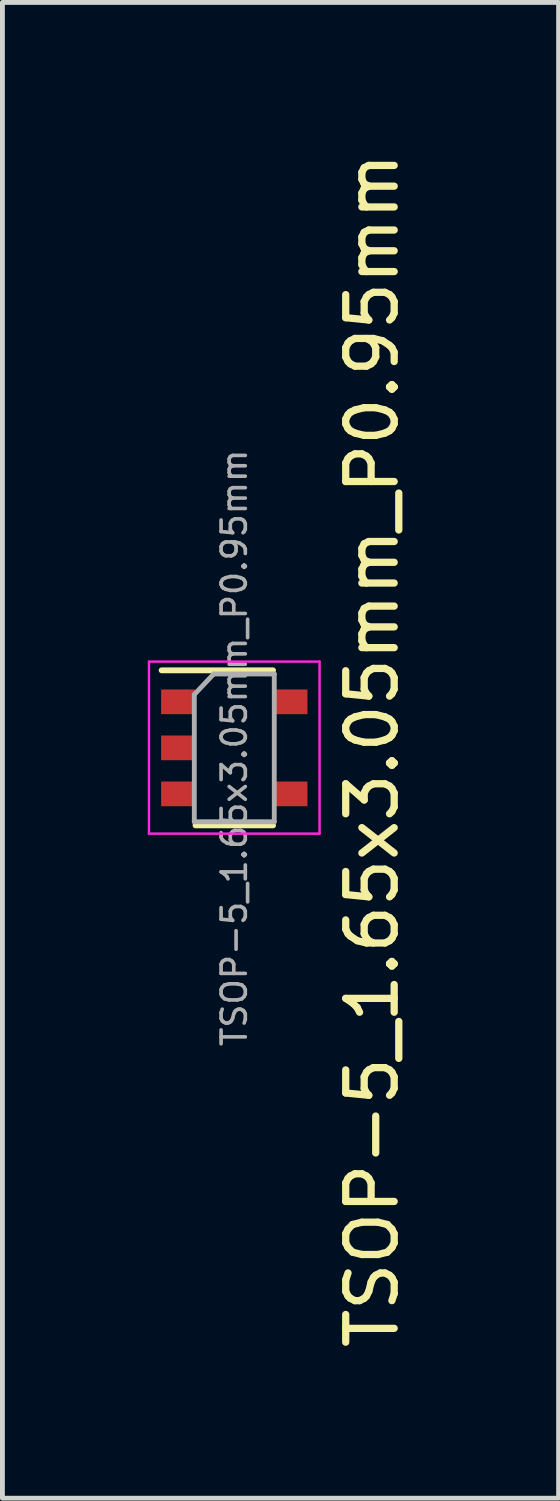
<source format=kicad_pcb>
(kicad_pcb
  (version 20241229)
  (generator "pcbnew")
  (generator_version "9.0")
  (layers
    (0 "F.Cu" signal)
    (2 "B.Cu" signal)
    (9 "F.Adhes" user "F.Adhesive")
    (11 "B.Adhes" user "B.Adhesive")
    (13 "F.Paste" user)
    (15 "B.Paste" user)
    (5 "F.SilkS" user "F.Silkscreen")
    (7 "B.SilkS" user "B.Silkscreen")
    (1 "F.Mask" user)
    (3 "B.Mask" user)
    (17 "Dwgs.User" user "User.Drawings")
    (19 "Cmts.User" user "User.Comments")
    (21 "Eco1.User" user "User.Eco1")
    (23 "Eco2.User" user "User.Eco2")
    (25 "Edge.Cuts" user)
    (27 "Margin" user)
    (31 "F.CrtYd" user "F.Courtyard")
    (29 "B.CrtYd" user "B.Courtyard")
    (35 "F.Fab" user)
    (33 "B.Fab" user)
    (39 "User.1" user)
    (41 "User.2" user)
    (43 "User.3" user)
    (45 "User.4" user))
  (footprint "TSOP-5_1.65x3.05mm_P0.95mm"
    (layer "F.Cu")
    (at 1.785 12.384)
    (property "Reference" "TSOP-5_1.65x3.05mm_P0.95mm" (at 2.845 0.051 90) (layer "F.SilkS") (effects (font (size 1 1) (thickness 0.15))))
    (attr smd)
    (fp_line (start -0.8 1.6) (end 0.8 1.6) (stroke (width 0.12) (type solid)) (layer "F.SilkS"))
    (fp_line (start 0.8 -1.6) (end -1.5 -1.6) (stroke (width 0.12) (type solid)) (layer "F.SilkS"))
    (fp_line (start -1.76 -1.78) (end -1.76 1.77) (stroke (width 0.05) (type solid)) (layer "F.CrtYd"))
    (fp_line (start -1.76 -1.78) (end 1.76 -1.78) (stroke (width 0.05) (type solid)) (layer "F.CrtYd"))
    (fp_line (start 1.76 1.77) (end -1.76 1.77) (stroke (width 0.05) (type solid)) (layer "F.CrtYd"))
    (fp_line (start 1.76 1.77) (end 1.76 -1.78) (stroke (width 0.05) (type solid)) (layer "F.CrtYd"))
    (fp_line (start -0.825 -1.1) (end -0.825 1.525) (stroke (width 0.1) (type solid)) (layer "F.Fab"))
    (fp_line (start -0.825 -1.1) (end -0.425 -1.525) (stroke (width 0.1) (type solid)) (layer "F.Fab"))
    (fp_line (start 0.825 -1.525) (end -0.425 -1.525) (stroke (width 0.1) (type solid)) (layer "F.Fab"))
    (fp_line (start 0.825 -1.525) (end 0.825 1.525) (stroke (width 0.1) (type solid)) (layer "F.Fab"))
    (fp_line (start 0.825 1.525) (end -0.825 1.525) (stroke (width 0.1) (type solid)) (layer "F.Fab"))
    (fp_text user "${REFERENCE}" (at 0 0 270) (layer "F.Fab") (effects (font (size 0.5 0.5) (thickness 0.075))))
    (pad "1" smd rect (at -1.16 -0.95) (size 0.7 0.51) (layers "F.Cu" "F.Mask" "F.Paste"))
    (pad "2" smd rect (at -1.16 0) (size 0.7 0.51) (layers "F.Cu" "F.Mask" "F.Paste"))
    (pad "3" smd rect (at -1.16 0.95) (size 0.7 0.51) (layers "F.Cu" "F.Mask" "F.Paste"))
    (pad "4" smd rect (at 1.16 0.95) (size 0.7 0.51) (layers "F.Cu" "F.Mask" "F.Paste"))
    (pad "5" smd rect (at 1.16 -0.95) (size 0.7 0.51) (layers "F.Cu" "F.Mask" "F.Paste")))
  (gr_rect
    (start -3 -3)
    (end 8.478 27.869)
    (stroke (width 0.1) (type default))
    (fill no)
    (layer "Edge.Cuts")))
</source>
